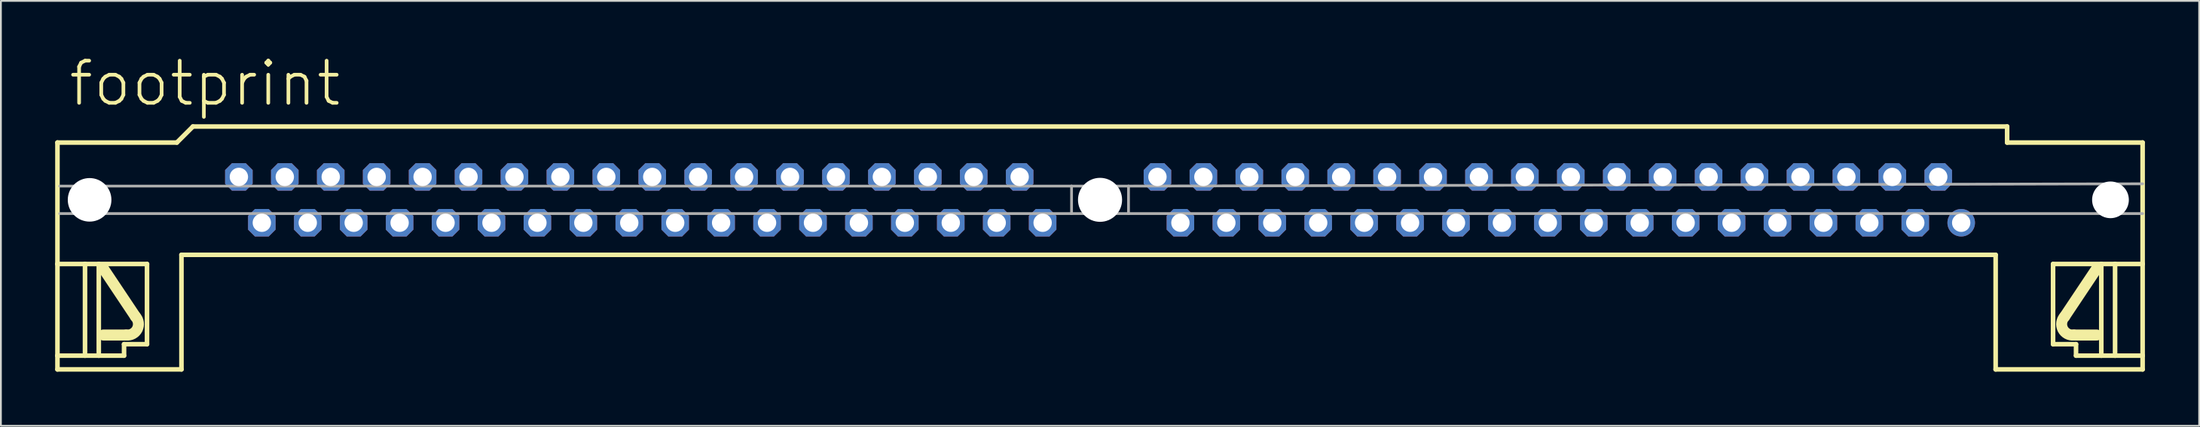
<source format=kicad_pcb>
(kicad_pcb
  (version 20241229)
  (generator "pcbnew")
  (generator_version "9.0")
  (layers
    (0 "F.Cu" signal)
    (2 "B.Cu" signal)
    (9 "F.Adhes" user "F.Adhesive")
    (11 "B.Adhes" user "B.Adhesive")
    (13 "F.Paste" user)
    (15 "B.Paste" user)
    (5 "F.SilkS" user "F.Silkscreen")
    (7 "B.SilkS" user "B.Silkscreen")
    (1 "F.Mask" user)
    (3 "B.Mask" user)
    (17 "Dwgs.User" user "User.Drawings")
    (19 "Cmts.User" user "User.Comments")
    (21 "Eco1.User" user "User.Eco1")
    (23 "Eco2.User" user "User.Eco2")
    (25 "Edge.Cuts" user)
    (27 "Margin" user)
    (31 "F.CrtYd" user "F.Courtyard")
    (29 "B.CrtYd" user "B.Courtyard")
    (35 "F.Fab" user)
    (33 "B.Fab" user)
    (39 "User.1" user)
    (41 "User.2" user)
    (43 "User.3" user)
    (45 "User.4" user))
  (footprint "footprint"
    (layer "F.Cu")
    (at 57.785 8.026)
    (property "Reference" "footprint" (at -57.15 -5.08 0) (layer "F.SilkS") (effects (font (size 2.337 2.337) (thickness 0.203)) (justify left bottom)))
    (fp_line (start -57.658 -3.175) (end -51.054 -3.175) (stroke (width 0.254) (type solid)) (layer "F.SilkS"))
    (fp_line (start -57.658 3.556) (end -57.658 -3.175) (stroke (width 0.254) (type solid)) (layer "F.SilkS"))
    (fp_line (start -57.658 3.556) (end -56.134 3.556) (stroke (width 0.254) (type solid)) (layer "F.SilkS"))
    (fp_line (start -57.658 8.636) (end -57.658 3.556) (stroke (width 0.254) (type solid)) (layer "F.SilkS"))
    (fp_line (start -57.658 8.636) (end -56.134 8.636) (stroke (width 0.254) (type solid)) (layer "F.SilkS"))
    (fp_line (start -57.658 9.398) (end -57.658 8.636) (stroke (width 0.254) (type solid)) (layer "F.SilkS"))
    (fp_line (start -57.658 9.398) (end -50.8 9.398) (stroke (width 0.254) (type solid)) (layer "F.SilkS"))
    (fp_line (start -56.134 3.556) (end -55.372 3.556) (stroke (width 0.254) (type solid)) (layer "F.SilkS"))
    (fp_line (start -56.134 8.636) (end -56.134 3.556) (stroke (width 0.254) (type solid)) (layer "F.SilkS"))
    (fp_line (start -56.134 8.636) (end -55.372 8.636) (stroke (width 0.254) (type solid)) (layer "F.SilkS"))
    (fp_line (start -55.372 3.556) (end -52.705 3.556) (stroke (width 0.254) (type solid)) (layer "F.SilkS"))
    (fp_line (start -55.372 8.636) (end -55.372 3.556) (stroke (width 0.254) (type solid)) (layer "F.SilkS"))
    (fp_line (start -55.372 8.636) (end -53.975 8.636) (stroke (width 0.254) (type solid)) (layer "F.SilkS"))
    (fp_line (start -53.975 8.001) (end -53.975 8.636) (stroke (width 0.254) (type solid)) (layer "F.SilkS"))
    (fp_line (start -53.848 7.493) (end -55.118 7.493) (stroke (width 0.61) (type solid)) (layer "F.SilkS"))
    (fp_line (start -53.34 6.477) (end -55.118 3.81) (stroke (width 0.61) (type solid)) (layer "F.SilkS"))
    (fp_line (start -52.705 3.556) (end -52.705 8.001) (stroke (width 0.254) (type solid)) (layer "F.SilkS"))
    (fp_line (start -52.705 8.001) (end -53.975 8.001) (stroke (width 0.254) (type solid)) (layer "F.SilkS"))
    (fp_line (start -51.054 -3.175) (end -50.165 -4.064) (stroke (width 0.254) (type solid)) (layer "F.SilkS"))
    (fp_line (start -50.8 3.048) (end -50.8 9.398) (stroke (width 0.254) (type solid)) (layer "F.SilkS"))
    (fp_line (start -50.8 3.048) (end 49.53 3.048) (stroke (width 0.254) (type solid)) (layer "F.SilkS"))
    (fp_line (start 49.53 3.048) (end 49.53 9.398) (stroke (width 0.254) (type solid)) (layer "F.SilkS"))
    (fp_line (start 50.165 -4.064) (end -50.165 -4.064) (stroke (width 0.254) (type solid)) (layer "F.SilkS"))
    (fp_line (start 50.165 -3.175) (end 50.165 -4.064) (stroke (width 0.254) (type solid)) (layer "F.SilkS"))
    (fp_line (start 52.705 3.556) (end 52.705 8.001) (stroke (width 0.254) (type solid)) (layer "F.SilkS"))
    (fp_line (start 52.705 8.001) (end 53.975 8.001) (stroke (width 0.254) (type solid)) (layer "F.SilkS"))
    (fp_line (start 53.34 6.477) (end 55.118 3.81) (stroke (width 0.61) (type solid)) (layer "F.SilkS"))
    (fp_line (start 53.848 7.493) (end 55.118 7.493) (stroke (width 0.61) (type solid)) (layer "F.SilkS"))
    (fp_line (start 53.975 8.001) (end 53.975 8.636) (stroke (width 0.254) (type solid)) (layer "F.SilkS"))
    (fp_line (start 55.372 3.556) (end 52.705 3.556) (stroke (width 0.254) (type solid)) (layer "F.SilkS"))
    (fp_line (start 55.372 8.636) (end 53.975 8.636) (stroke (width 0.254) (type solid)) (layer "F.SilkS"))
    (fp_line (start 55.372 8.636) (end 55.372 3.556) (stroke (width 0.254) (type solid)) (layer "F.SilkS"))
    (fp_line (start 56.134 3.556) (end 55.372 3.556) (stroke (width 0.254) (type solid)) (layer "F.SilkS"))
    (fp_line (start 56.134 8.636) (end 55.372 8.636) (stroke (width 0.254) (type solid)) (layer "F.SilkS"))
    (fp_line (start 56.134 8.636) (end 56.134 3.556) (stroke (width 0.254) (type solid)) (layer "F.SilkS"))
    (fp_line (start 57.658 -3.175) (end 50.165 -3.175) (stroke (width 0.254) (type solid)) (layer "F.SilkS"))
    (fp_line (start 57.658 3.556) (end 56.134 3.556) (stroke (width 0.254) (type solid)) (layer "F.SilkS"))
    (fp_line (start 57.658 3.556) (end 57.658 -3.175) (stroke (width 0.254) (type solid)) (layer "F.SilkS"))
    (fp_line (start 57.658 8.636) (end 56.134 8.636) (stroke (width 0.254) (type solid)) (layer "F.SilkS"))
    (fp_line (start 57.658 8.636) (end 57.658 3.556) (stroke (width 0.254) (type solid)) (layer "F.SilkS"))
    (fp_line (start 57.658 9.398) (end 49.53 9.398) (stroke (width 0.254) (type solid)) (layer "F.SilkS"))
    (fp_line (start 57.658 9.398) (end 57.658 8.636) (stroke (width 0.254) (type solid)) (layer "F.SilkS"))
    (fp_arc (start -53.3399 6.476899) (mid -53.241891 7.160996) (end -53.848 7.493) (stroke (width 0.6096) (type solid)) (layer "F.SilkS"))
    (fp_arc (start 53.848 7.492899) (mid 53.242003 7.160965) (end 53.34 6.477) (stroke (width 0.6096) (type solid)) (layer "F.SilkS"))
    (fp_line (start -57.531 -0.762) (end -1.575 -0.762) (stroke (width 0.152) (type solid)) (layer "F.Fab"))
    (fp_line (start -57.531 0.762) (end -1.575 0.762) (stroke (width 0.152) (type solid)) (layer "F.Fab"))
    (fp_line (start -1.575 -0.762) (end 1.575 -0.762) (stroke (width 0.152) (type solid)) (layer "F.Fab"))
    (fp_line (start -1.575 0.762) (end -1.575 -0.762) (stroke (width 0.152) (type solid)) (layer "F.Fab"))
    (fp_line (start -1.575 0.762) (end 1.575 0.762) (stroke (width 0.152) (type solid)) (layer "F.Fab"))
    (fp_line (start 1.575 0.762) (end 1.575 -0.762) (stroke (width 0.152) (type solid)) (layer "F.Fab"))
    (fp_line (start 57.658 -0.889) (end 1.575 -0.762) (stroke (width 0.152) (type solid)) (layer "F.Fab"))
    (fp_line (start 57.658 0.762) (end 1.575 0.762) (stroke (width 0.152) (type solid)) (layer "F.Fab"))
    (pad "" np_thru_hole circle (at -55.88 0) (size 2.413 2.413) (drill 2.413) (layers "*.Cu" "*.Mask"))
    (pad "" np_thru_hole circle (at 0 0) (size 2.438 2.438) (drill 2.438) (layers "*.Cu" "*.Mask"))
    (pad "" np_thru_hole circle (at 55.88 0) (size 2.032 2.032) (drill 2.032) (layers "*.Cu" "*.Mask"))
    (pad "1" thru_hole circle (at 47.625 1.27) (size 1.524 1.524) (drill 1.016) (layers "*.Cu" "*.Mask"))
    (pad "2" thru_hole roundrect (at 46.355 -1.27) (size 1.524 1.524) (drill 1.016) (layers "*.Cu" "*.Mask") (roundrect_rratio 0.25) (chamfer_ratio 0.25) (chamfer top_left top_right bottom_left bottom_right))
    (pad "3" thru_hole roundrect (at 45.085 1.27) (size 1.524 1.524) (drill 1.016) (layers "*.Cu" "*.Mask") (roundrect_rratio 0.25) (chamfer_ratio 0.25) (chamfer top_left top_right bottom_left bottom_right))
    (pad "4" thru_hole roundrect (at 43.815 -1.27) (size 1.524 1.524) (drill 1.016) (layers "*.Cu" "*.Mask") (roundrect_rratio 0.25) (chamfer_ratio 0.25) (chamfer top_left top_right bottom_left bottom_right))
    (pad "5" thru_hole roundrect (at 42.545 1.27) (size 1.524 1.524) (drill 1.016) (layers "*.Cu" "*.Mask") (roundrect_rratio 0.25) (chamfer_ratio 0.25) (chamfer top_left top_right bottom_left bottom_right))
    (pad "6" thru_hole roundrect (at 41.275 -1.27) (size 1.524 1.524) (drill 1.016) (layers "*.Cu" "*.Mask") (roundrect_rratio 0.25) (chamfer_ratio 0.25) (chamfer top_left top_right bottom_left bottom_right))
    (pad "7" thru_hole roundrect (at 40.005 1.27) (size 1.524 1.524) (drill 1.016) (layers "*.Cu" "*.Mask") (roundrect_rratio 0.25) (chamfer_ratio 0.25) (chamfer top_left top_right bottom_left bottom_right))
    (pad "8" thru_hole roundrect (at 38.735 -1.27) (size 1.524 1.524) (drill 1.016) (layers "*.Cu" "*.Mask") (roundrect_rratio 0.25) (chamfer_ratio 0.25) (chamfer top_left top_right bottom_left bottom_right))
    (pad "9" thru_hole roundrect (at 37.465 1.27) (size 1.524 1.524) (drill 1.016) (layers "*.Cu" "*.Mask") (roundrect_rratio 0.25) (chamfer_ratio 0.25) (chamfer top_left top_right bottom_left bottom_right))
    (pad "10" thru_hole roundrect (at 36.195 -1.27) (size 1.524 1.524) (drill 1.016) (layers "*.Cu" "*.Mask") (roundrect_rratio 0.25) (chamfer_ratio 0.25) (chamfer top_left top_right bottom_left bottom_right))
    (pad "11" thru_hole roundrect (at 34.925 1.27) (size 1.524 1.524) (drill 1.016) (layers "*.Cu" "*.Mask") (roundrect_rratio 0.25) (chamfer_ratio 0.25) (chamfer top_left top_right bottom_left bottom_right))
    (pad "12" thru_hole roundrect (at 33.655 -1.27) (size 1.524 1.524) (drill 1.016) (layers "*.Cu" "*.Mask") (roundrect_rratio 0.25) (chamfer_ratio 0.25) (chamfer top_left top_right bottom_left bottom_right))
    (pad "13" thru_hole roundrect (at 32.385 1.27) (size 1.524 1.524) (drill 1.016) (layers "*.Cu" "*.Mask") (roundrect_rratio 0.25) (chamfer_ratio 0.25) (chamfer top_left top_right bottom_left bottom_right))
    (pad "14" thru_hole roundrect (at 31.115 -1.27) (size 1.524 1.524) (drill 1.016) (layers "*.Cu" "*.Mask") (roundrect_rratio 0.25) (chamfer_ratio 0.25) (chamfer top_left top_right bottom_left bottom_right))
    (pad "15" thru_hole roundrect (at 29.845 1.27) (size 1.524 1.524) (drill 1.016) (layers "*.Cu" "*.Mask") (roundrect_rratio 0.25) (chamfer_ratio 0.25) (chamfer top_left top_right bottom_left bottom_right))
    (pad "16" thru_hole roundrect (at 28.575 -1.27) (size 1.524 1.524) (drill 1.016) (layers "*.Cu" "*.Mask") (roundrect_rratio 0.25) (chamfer_ratio 0.25) (chamfer top_left top_right bottom_left bottom_right))
    (pad "17" thru_hole roundrect (at 27.305 1.27) (size 1.524 1.524) (drill 1.016) (layers "*.Cu" "*.Mask") (roundrect_rratio 0.25) (chamfer_ratio 0.25) (chamfer top_left top_right bottom_left bottom_right))
    (pad "18" thru_hole roundrect (at 26.035 -1.27) (size 1.524 1.524) (drill 1.016) (layers "*.Cu" "*.Mask") (roundrect_rratio 0.25) (chamfer_ratio 0.25) (chamfer top_left top_right bottom_left bottom_right))
    (pad "19" thru_hole roundrect (at 24.765 1.27) (size 1.524 1.524) (drill 1.016) (layers "*.Cu" "*.Mask") (roundrect_rratio 0.25) (chamfer_ratio 0.25) (chamfer top_left top_right bottom_left bottom_right))
    (pad "20" thru_hole roundrect (at 23.495 -1.27) (size 1.524 1.524) (drill 1.016) (layers "*.Cu" "*.Mask") (roundrect_rratio 0.25) (chamfer_ratio 0.25) (chamfer top_left top_right bottom_left bottom_right))
    (pad "21" thru_hole roundrect (at 22.225 1.27) (size 1.524 1.524) (drill 1.016) (layers "*.Cu" "*.Mask") (roundrect_rratio 0.25) (chamfer_ratio 0.25) (chamfer top_left top_right bottom_left bottom_right))
    (pad "22" thru_hole roundrect (at 20.955 -1.27) (size 1.524 1.524) (drill 1.016) (layers "*.Cu" "*.Mask") (roundrect_rratio 0.25) (chamfer_ratio 0.25) (chamfer top_left top_right bottom_left bottom_right))
    (pad "23" thru_hole roundrect (at 19.685 1.27) (size 1.524 1.524) (drill 1.016) (layers "*.Cu" "*.Mask") (roundrect_rratio 0.25) (chamfer_ratio 0.25) (chamfer top_left top_right bottom_left bottom_right))
    (pad "24" thru_hole roundrect (at 18.415 -1.27) (size 1.524 1.524) (drill 1.016) (layers "*.Cu" "*.Mask") (roundrect_rratio 0.25) (chamfer_ratio 0.25) (chamfer top_left top_right bottom_left bottom_right))
    (pad "25" thru_hole roundrect (at 17.145 1.27) (size 1.524 1.524) (drill 1.016) (layers "*.Cu" "*.Mask") (roundrect_rratio 0.25) (chamfer_ratio 0.25) (chamfer top_left top_right bottom_left bottom_right))
    (pad "26" thru_hole roundrect (at 15.875 -1.27) (size 1.524 1.524) (drill 1.016) (layers "*.Cu" "*.Mask") (roundrect_rratio 0.25) (chamfer_ratio 0.25) (chamfer top_left top_right bottom_left bottom_right))
    (pad "27" thru_hole roundrect (at 14.605 1.27) (size 1.524 1.524) (drill 1.016) (layers "*.Cu" "*.Mask") (roundrect_rratio 0.25) (chamfer_ratio 0.25) (chamfer top_left top_right bottom_left bottom_right))
    (pad "28" thru_hole roundrect (at 13.335 -1.27) (size 1.524 1.524) (drill 1.016) (layers "*.Cu" "*.Mask") (roundrect_rratio 0.25) (chamfer_ratio 0.25) (chamfer top_left top_right bottom_left bottom_right))
    (pad "29" thru_hole roundrect (at 12.065 1.27) (size 1.524 1.524) (drill 1.016) (layers "*.Cu" "*.Mask") (roundrect_rratio 0.25) (chamfer_ratio 0.25) (chamfer top_left top_right bottom_left bottom_right))
    (pad "30" thru_hole roundrect (at 10.795 -1.27) (size 1.524 1.524) (drill 1.016) (layers "*.Cu" "*.Mask") (roundrect_rratio 0.25) (chamfer_ratio 0.25) (chamfer top_left top_right bottom_left bottom_right))
    (pad "31" thru_hole roundrect (at 9.525 1.27) (size 1.524 1.524) (drill 1.016) (layers "*.Cu" "*.Mask") (roundrect_rratio 0.25) (chamfer_ratio 0.25) (chamfer top_left top_right bottom_left bottom_right))
    (pad "32" thru_hole roundrect (at 8.255 -1.27) (size 1.524 1.524) (drill 1.016) (layers "*.Cu" "*.Mask") (roundrect_rratio 0.25) (chamfer_ratio 0.25) (chamfer top_left top_right bottom_left bottom_right))
    (pad "33" thru_hole roundrect (at 6.985 1.27) (size 1.524 1.524) (drill 1.016) (layers "*.Cu" "*.Mask") (roundrect_rratio 0.25) (chamfer_ratio 0.25) (chamfer top_left top_right bottom_left bottom_right))
    (pad "34" thru_hole roundrect (at 5.715 -1.27) (size 1.524 1.524) (drill 1.016) (layers "*.Cu" "*.Mask") (roundrect_rratio 0.25) (chamfer_ratio 0.25) (chamfer top_left top_right bottom_left bottom_right))
    (pad "35" thru_hole roundrect (at 4.445 1.27) (size 1.524 1.524) (drill 1.016) (layers "*.Cu" "*.Mask") (roundrect_rratio 0.25) (chamfer_ratio 0.25) (chamfer top_left top_right bottom_left bottom_right))
    (pad "36" thru_hole roundrect (at 3.175 -1.27) (size 1.524 1.524) (drill 1.016) (layers "*.Cu" "*.Mask") (roundrect_rratio 0.25) (chamfer_ratio 0.25) (chamfer top_left top_right bottom_left bottom_right))
    (pad "37" thru_hole roundrect (at -3.175 1.27) (size 1.524 1.524) (drill 1.016) (layers "*.Cu" "*.Mask") (roundrect_rratio 0.25) (chamfer_ratio 0.25) (chamfer top_left top_right bottom_left bottom_right))
    (pad "38" thru_hole roundrect (at -4.445 -1.27) (size 1.524 1.524) (drill 1.016) (layers "*.Cu" "*.Mask") (roundrect_rratio 0.25) (chamfer_ratio 0.25) (chamfer top_left top_right bottom_left bottom_right))
    (pad "39" thru_hole roundrect (at -5.715 1.27) (size 1.524 1.524) (drill 1.016) (layers "*.Cu" "*.Mask") (roundrect_rratio 0.25) (chamfer_ratio 0.25) (chamfer top_left top_right bottom_left bottom_right))
    (pad "40" thru_hole roundrect (at -6.985 -1.27) (size 1.524 1.524) (drill 1.016) (layers "*.Cu" "*.Mask") (roundrect_rratio 0.25) (chamfer_ratio 0.25) (chamfer top_left top_right bottom_left bottom_right))
    (pad "41" thru_hole roundrect (at -8.255 1.27) (size 1.524 1.524) (drill 1.016) (layers "*.Cu" "*.Mask") (roundrect_rratio 0.25) (chamfer_ratio 0.25) (chamfer top_left top_right bottom_left bottom_right))
    (pad "42" thru_hole roundrect (at -9.525 -1.27) (size 1.524 1.524) (drill 1.016) (layers "*.Cu" "*.Mask") (roundrect_rratio 0.25) (chamfer_ratio 0.25) (chamfer top_left top_right bottom_left bottom_right))
    (pad "43" thru_hole roundrect (at -10.795 1.27) (size 1.524 1.524) (drill 1.016) (layers "*.Cu" "*.Mask") (roundrect_rratio 0.25) (chamfer_ratio 0.25) (chamfer top_left top_right bottom_left bottom_right))
    (pad "44" thru_hole roundrect (at -12.065 -1.27) (size 1.524 1.524) (drill 1.016) (layers "*.Cu" "*.Mask") (roundrect_rratio 0.25) (chamfer_ratio 0.25) (chamfer top_left top_right bottom_left bottom_right))
    (pad "45" thru_hole roundrect (at -13.335 1.27) (size 1.524 1.524) (drill 1.016) (layers "*.Cu" "*.Mask") (roundrect_rratio 0.25) (chamfer_ratio 0.25) (chamfer top_left top_right bottom_left bottom_right))
    (pad "46" thru_hole roundrect (at -14.605 -1.27) (size 1.524 1.524) (drill 1.016) (layers "*.Cu" "*.Mask") (roundrect_rratio 0.25) (chamfer_ratio 0.25) (chamfer top_left top_right bottom_left bottom_right))
    (pad "47" thru_hole roundrect (at -15.875 1.27) (size 1.524 1.524) (drill 1.016) (layers "*.Cu" "*.Mask") (roundrect_rratio 0.25) (chamfer_ratio 0.25) (chamfer top_left top_right bottom_left bottom_right))
    (pad "48" thru_hole roundrect (at -17.145 -1.27) (size 1.524 1.524) (drill 1.016) (layers "*.Cu" "*.Mask") (roundrect_rratio 0.25) (chamfer_ratio 0.25) (chamfer top_left top_right bottom_left bottom_right))
    (pad "49" thru_hole roundrect (at -18.415 1.27) (size 1.524 1.524) (drill 1.016) (layers "*.Cu" "*.Mask") (roundrect_rratio 0.25) (chamfer_ratio 0.25) (chamfer top_left top_right bottom_left bottom_right))
    (pad "50" thru_hole roundrect (at -19.685 -1.27) (size 1.524 1.524) (drill 1.016) (layers "*.Cu" "*.Mask") (roundrect_rratio 0.25) (chamfer_ratio 0.25) (chamfer top_left top_right bottom_left bottom_right))
    (pad "51" thru_hole roundrect (at -20.955 1.27) (size 1.524 1.524) (drill 1.016) (layers "*.Cu" "*.Mask") (roundrect_rratio 0.25) (chamfer_ratio 0.25) (chamfer top_left top_right bottom_left bottom_right))
    (pad "52" thru_hole roundrect (at -22.225 -1.27) (size 1.524 1.524) (drill 1.016) (layers "*.Cu" "*.Mask") (roundrect_rratio 0.25) (chamfer_ratio 0.25) (chamfer top_left top_right bottom_left bottom_right))
    (pad "53" thru_hole roundrect (at -23.495 1.27) (size 1.524 1.524) (drill 1.016) (layers "*.Cu" "*.Mask") (roundrect_rratio 0.25) (chamfer_ratio 0.25) (chamfer top_left top_right bottom_left bottom_right))
    (pad "54" thru_hole roundrect (at -24.765 -1.27) (size 1.524 1.524) (drill 1.016) (layers "*.Cu" "*.Mask") (roundrect_rratio 0.25) (chamfer_ratio 0.25) (chamfer top_left top_right bottom_left bottom_right))
    (pad "55" thru_hole roundrect (at -26.035 1.27) (size 1.524 1.524) (drill 1.016) (layers "*.Cu" "*.Mask") (roundrect_rratio 0.25) (chamfer_ratio 0.25) (chamfer top_left top_right bottom_left bottom_right))
    (pad "56" thru_hole roundrect (at -27.305 -1.27) (size 1.524 1.524) (drill 1.016) (layers "*.Cu" "*.Mask") (roundrect_rratio 0.25) (chamfer_ratio 0.25) (chamfer top_left top_right bottom_left bottom_right))
    (pad "57" thru_hole roundrect (at -28.575 1.27) (size 1.524 1.524) (drill 1.016) (layers "*.Cu" "*.Mask") (roundrect_rratio 0.25) (chamfer_ratio 0.25) (chamfer top_left top_right bottom_left bottom_right))
    (pad "58" thru_hole roundrect (at -29.845 -1.27) (size 1.524 1.524) (drill 1.016) (layers "*.Cu" "*.Mask") (roundrect_rratio 0.25) (chamfer_ratio 0.25) (chamfer top_left top_right bottom_left bottom_right))
    (pad "59" thru_hole roundrect (at -31.115 1.27) (size 1.524 1.524) (drill 1.016) (layers "*.Cu" "*.Mask") (roundrect_rratio 0.25) (chamfer_ratio 0.25) (chamfer top_left top_right bottom_left bottom_right))
    (pad "60" thru_hole roundrect (at -32.385 -1.27) (size 1.524 1.524) (drill 1.016) (layers "*.Cu" "*.Mask") (roundrect_rratio 0.25) (chamfer_ratio 0.25) (chamfer top_left top_right bottom_left bottom_right))
    (pad "61" thru_hole roundrect (at -33.655 1.27) (size 1.524 1.524) (drill 1.016) (layers "*.Cu" "*.Mask") (roundrect_rratio 0.25) (chamfer_ratio 0.25) (chamfer top_left top_right bottom_left bottom_right))
    (pad "62" thru_hole roundrect (at -34.925 -1.27) (size 1.524 1.524) (drill 1.016) (layers "*.Cu" "*.Mask") (roundrect_rratio 0.25) (chamfer_ratio 0.25) (chamfer top_left top_right bottom_left bottom_right))
    (pad "63" thru_hole roundrect (at -36.195 1.27) (size 1.524 1.524) (drill 1.016) (layers "*.Cu" "*.Mask") (roundrect_rratio 0.25) (chamfer_ratio 0.25) (chamfer top_left top_right bottom_left bottom_right))
    (pad "64" thru_hole roundrect (at -37.465 -1.27) (size 1.524 1.524) (drill 1.016) (layers "*.Cu" "*.Mask") (roundrect_rratio 0.25) (chamfer_ratio 0.25) (chamfer top_left top_right bottom_left bottom_right))
    (pad "65" thru_hole roundrect (at -38.735 1.27) (size 1.524 1.524) (drill 1.016) (layers "*.Cu" "*.Mask") (roundrect_rratio 0.25) (chamfer_ratio 0.25) (chamfer top_left top_right bottom_left bottom_right))
    (pad "66" thru_hole roundrect (at -40.005 -1.27) (size 1.524 1.524) (drill 1.016) (layers "*.Cu" "*.Mask") (roundrect_rratio 0.25) (chamfer_ratio 0.25) (chamfer top_left top_right bottom_left bottom_right))
    (pad "67" thru_hole roundrect (at -41.275 1.27) (size 1.524 1.524) (drill 1.016) (layers "*.Cu" "*.Mask") (roundrect_rratio 0.25) (chamfer_ratio 0.25) (chamfer top_left top_right bottom_left bottom_right))
    (pad "68" thru_hole roundrect (at -42.545 -1.27) (size 1.524 1.524) (drill 1.016) (layers "*.Cu" "*.Mask") (roundrect_rratio 0.25) (chamfer_ratio 0.25) (chamfer top_left top_right bottom_left bottom_right))
    (pad "69" thru_hole roundrect (at -43.815 1.27) (size 1.524 1.524) (drill 1.016) (layers "*.Cu" "*.Mask") (roundrect_rratio 0.25) (chamfer_ratio 0.25) (chamfer top_left top_right bottom_left bottom_right))
    (pad "70" thru_hole roundrect (at -45.085 -1.27) (size 1.524 1.524) (drill 1.016) (layers "*.Cu" "*.Mask") (roundrect_rratio 0.25) (chamfer_ratio 0.25) (chamfer top_left top_right bottom_left bottom_right))
    (pad "71" thru_hole roundrect (at -46.355 1.27) (size 1.524 1.524) (drill 1.016) (layers "*.Cu" "*.Mask") (roundrect_rratio 0.25) (chamfer_ratio 0.25) (chamfer top_left top_right bottom_left bottom_right))
    (pad "72" thru_hole roundrect (at -47.625 -1.27) (size 1.524 1.524) (drill 1.016) (layers "*.Cu" "*.Mask") (roundrect_rratio 0.25) (chamfer_ratio 0.25) (chamfer top_left top_right bottom_left bottom_right)))
  (gr_rect
    (start -3 -3)
    (end 118.57 20.551)
    (stroke (width 0.1) (type default))
    (fill no)
    (layer "Edge.Cuts")))
</source>
